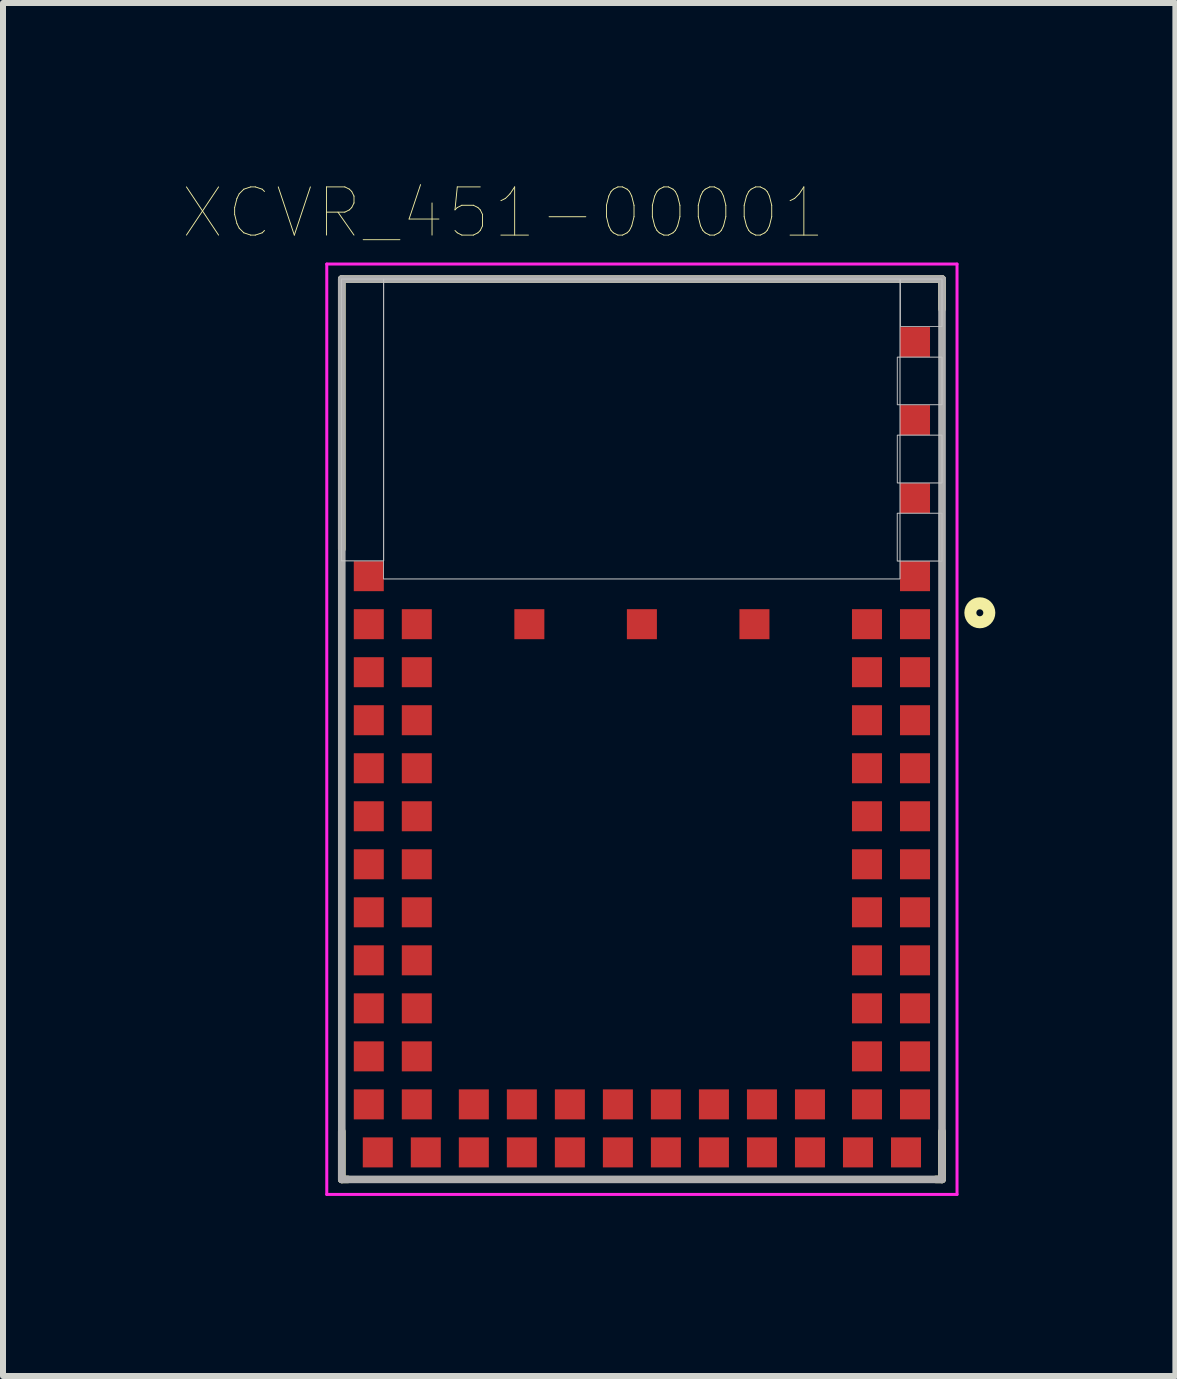
<source format=kicad_pcb>
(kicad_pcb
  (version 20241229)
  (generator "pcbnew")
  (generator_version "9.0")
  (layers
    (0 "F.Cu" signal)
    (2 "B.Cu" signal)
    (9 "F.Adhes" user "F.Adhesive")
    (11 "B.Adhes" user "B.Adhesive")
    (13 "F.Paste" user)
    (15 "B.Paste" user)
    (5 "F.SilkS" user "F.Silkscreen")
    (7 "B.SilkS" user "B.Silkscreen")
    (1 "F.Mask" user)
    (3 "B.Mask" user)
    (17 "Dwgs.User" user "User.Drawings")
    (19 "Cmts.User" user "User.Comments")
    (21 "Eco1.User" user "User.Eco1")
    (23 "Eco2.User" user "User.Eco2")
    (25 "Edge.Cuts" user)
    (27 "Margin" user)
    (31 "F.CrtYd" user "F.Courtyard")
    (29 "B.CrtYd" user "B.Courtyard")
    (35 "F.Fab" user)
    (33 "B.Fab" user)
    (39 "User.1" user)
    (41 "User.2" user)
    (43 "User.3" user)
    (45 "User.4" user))
  (footprint "XCVR_451-00001"
    (layer "F.Cu")
    (at 7.644 9.099)
    (property "Reference" "XCVR_451-00001" (at -2.311 -8.603 0) (layer "F.SilkS") (effects (font (size 0.803 0.803) (thickness 0.015))))
    (attr through_hole)
    (fp_line (start -5 -7.5) (end 5 -7.5) (stroke (width 0.127) (type solid)) (layer "F.SilkS"))
    (fp_line (start -5 -3) (end -5 -7.5) (stroke (width 0.127) (type solid)) (layer "F.SilkS"))
    (fp_line (start -5 7.5) (end -5 6.7) (stroke (width 0.127) (type solid)) (layer "F.SilkS"))
    (fp_line (start -4.9 7.5) (end -5 7.5) (stroke (width 0.127) (type solid)) (layer "F.SilkS"))
    (fp_line (start 4.9 7.5) (end 5 7.5) (stroke (width 0.127) (type solid)) (layer "F.SilkS"))
    (fp_line (start 5 -7.5) (end 5 -7) (stroke (width 0.127) (type solid)) (layer "F.SilkS"))
    (fp_line (start 5 7.5) (end 5 6.7) (stroke (width 0.127) (type solid)) (layer "F.SilkS"))
    (fp_circle (center 5.63 -1.94) (end 5.788 -1.94) (stroke (width 0.2) (type solid)) (fill no) (layer "F.SilkS"))
    (fp_poly (pts (xy -5.008 -7.5) (xy -4.3 -7.5) (xy -4.3 -2.804) (xy -5.008 -2.804)) (stroke (width 0.01) (type solid)) (fill no) (layer "Dwgs.User"))
    (fp_poly (pts (xy -5.007 -7.5) (xy -4.3 -7.5) (xy -4.3 -2.804) (xy -5.007 -2.804)) (stroke (width 0.01) (type solid)) (fill no) (layer "Dwgs.User"))
    (fp_poly (pts (xy -4.306 -7.5) (xy 4.3 -7.5) (xy 4.3 -2.503) (xy -4.306 -2.503)) (stroke (width 0.01) (type solid)) (fill no) (layer "Dwgs.User"))
    (fp_poly (pts (xy -4.305 -7.5) (xy 4.3 -7.5) (xy 4.3 -2.503) (xy -4.305 -2.503)) (stroke (width 0.01) (type solid)) (fill no) (layer "Dwgs.User"))
    (fp_poly (pts (xy 4.251 -3.6) (xy 5 -3.6) (xy 5 -2.8) (xy 4.251 -2.8)) (stroke (width 0.01) (type solid)) (fill no) (layer "Dwgs.User"))
    (fp_poly (pts (xy 4.252 -6.2) (xy 5 -6.2) (xy 5 -5.403) (xy 4.252 -5.403)) (stroke (width 0.01) (type solid)) (fill no) (layer "Dwgs.User"))
    (fp_poly (pts (xy 4.252 -4.9) (xy 5 -4.9) (xy 5 -4.102) (xy 4.252 -4.102)) (stroke (width 0.01) (type solid)) (fill no) (layer "Dwgs.User"))
    (fp_poly (pts (xy 4.255 -4.9) (xy 5 -4.9) (xy 5 -4.104) (xy 4.255 -4.104)) (stroke (width 0.01) (type solid)) (fill no) (layer "Dwgs.User"))
    (fp_poly (pts (xy 4.256 -3.6) (xy 4.95 -3.6) (xy 4.95 -2.804) (xy 4.256 -2.804)) (stroke (width 0.01) (type solid)) (fill no) (layer "Dwgs.User"))
    (fp_poly (pts (xy 4.256 -6.2) (xy 5 -6.2) (xy 5 -5.408) (xy 4.256 -5.408)) (stroke (width 0.01) (type solid)) (fill no) (layer "Dwgs.User"))
    (fp_poly (pts (xy 4.305 -7.5) (xy 5 -7.5) (xy 5 -6.707) (xy 4.305 -6.707)) (stroke (width 0.01) (type solid)) (fill no) (layer "Dwgs.User"))
    (fp_poly (pts (xy 4.308 -7.5) (xy 5 -7.5) (xy 5 -6.712) (xy 4.308 -6.712)) (stroke (width 0.01) (type solid)) (fill no) (layer "Dwgs.User"))
    (fp_line (start -5.25 -7.75) (end 5.25 -7.75) (stroke (width 0.05) (type solid)) (layer "F.CrtYd"))
    (fp_line (start -5.25 7.75) (end -5.25 -7.75) (stroke (width 0.05) (type solid)) (layer "F.CrtYd"))
    (fp_line (start 5.25 -7.75) (end 5.25 7.75) (stroke (width 0.05) (type solid)) (layer "F.CrtYd"))
    (fp_line (start 5.25 7.75) (end -5.25 7.75) (stroke (width 0.05) (type solid)) (layer "F.CrtYd"))
    (fp_line (start -5 -7.5) (end -5 7.5) (stroke (width 0.127) (type solid)) (layer "F.Fab"))
    (fp_line (start -5 7.5) (end 5 7.5) (stroke (width 0.127) (type solid)) (layer "F.Fab"))
    (fp_line (start 5 -7.5) (end -5 -7.5) (stroke (width 0.127) (type solid)) (layer "F.Fab"))
    (fp_line (start 5 7.5) (end 5 -7.5) (stroke (width 0.127) (type solid)) (layer "F.Fab"))
    (pad "0" smd rect (at 4.55 -2.55) (size 0.5 0.5) (layers "F.Cu" "F.Mask" "F.Paste"))
    (pad "1" smd rect (at 4.55 -1.75) (size 0.5 0.5) (layers "F.Cu" "F.Mask" "F.Paste"))
    (pad "2" smd rect (at 3.75 -1.75) (size 0.5 0.5) (layers "F.Cu" "F.Mask" "F.Paste"))
    (pad "3" smd rect (at 4.55 -0.95) (size 0.5 0.5) (layers "F.Cu" "F.Mask" "F.Paste"))
    (pad "4" smd rect (at 3.75 -0.95) (size 0.5 0.5) (layers "F.Cu" "F.Mask" "F.Paste"))
    (pad "5" smd rect (at 4.55 -0.15) (size 0.5 0.5) (layers "F.Cu" "F.Mask" "F.Paste"))
    (pad "6" smd rect (at 3.75 -0.15) (size 0.5 0.5) (layers "F.Cu" "F.Mask" "F.Paste"))
    (pad "7" smd rect (at 4.55 0.65) (size 0.5 0.5) (layers "F.Cu" "F.Mask" "F.Paste"))
    (pad "8" smd rect (at 3.75 0.65) (size 0.5 0.5) (layers "F.Cu" "F.Mask" "F.Paste"))
    (pad "9" smd rect (at 4.55 1.45) (size 0.5 0.5) (layers "F.Cu" "F.Mask" "F.Paste"))
    (pad "10" smd rect (at 3.75 1.45) (size 0.5 0.5) (layers "F.Cu" "F.Mask" "F.Paste"))
    (pad "11" smd rect (at 4.55 2.25) (size 0.5 0.5) (layers "F.Cu" "F.Mask" "F.Paste"))
    (pad "12" smd rect (at 3.75 2.25) (size 0.5 0.5) (layers "F.Cu" "F.Mask" "F.Paste"))
    (pad "13" smd rect (at 4.55 3.05) (size 0.5 0.5) (layers "F.Cu" "F.Mask" "F.Paste"))
    (pad "14" smd rect (at 3.75 3.05) (size 0.5 0.5) (layers "F.Cu" "F.Mask" "F.Paste"))
    (pad "15" smd rect (at 4.55 3.85) (size 0.5 0.5) (layers "F.Cu" "F.Mask" "F.Paste"))
    (pad "16" smd rect (at 3.75 3.85) (size 0.5 0.5) (layers "F.Cu" "F.Mask" "F.Paste"))
    (pad "17" smd rect (at 4.55 4.65) (size 0.5 0.5) (layers "F.Cu" "F.Mask" "F.Paste"))
    (pad "18" smd rect (at 3.75 4.65) (size 0.5 0.5) (layers "F.Cu" "F.Mask" "F.Paste"))
    (pad "19" smd rect (at 4.55 5.45) (size 0.5 0.5) (layers "F.Cu" "F.Mask" "F.Paste"))
    (pad "20" smd rect (at 3.75 5.45) (size 0.5 0.5) (layers "F.Cu" "F.Mask" "F.Paste"))
    (pad "21" smd rect (at 4.55 6.25) (size 0.5 0.5) (layers "F.Cu" "F.Mask" "F.Paste"))
    (pad "22" smd rect (at 3.75 6.25) (size 0.5 0.5) (layers "F.Cu" "F.Mask" "F.Paste"))
    (pad "23" smd rect (at 4.4 7.05) (size 0.5 0.5) (layers "F.Cu" "F.Mask" "F.Paste"))
    (pad "24" smd rect (at 3.6 7.05) (size 0.5 0.5) (layers "F.Cu" "F.Mask" "F.Paste"))
    (pad "25" smd rect (at 2.8 7.05) (size 0.5 0.5) (layers "F.Cu" "F.Mask" "F.Paste"))
    (pad "26" smd rect (at 2.8 6.25) (size 0.5 0.5) (layers "F.Cu" "F.Mask" "F.Paste"))
    (pad "27" smd rect (at 2 7.05) (size 0.5 0.5) (layers "F.Cu" "F.Mask" "F.Paste"))
    (pad "28" smd rect (at 2 6.25) (size 0.5 0.5) (layers "F.Cu" "F.Mask" "F.Paste"))
    (pad "29" smd rect (at 1.2 7.05) (size 0.5 0.5) (layers "F.Cu" "F.Mask" "F.Paste"))
    (pad "30" smd rect (at 1.2 6.25) (size 0.5 0.5) (layers "F.Cu" "F.Mask" "F.Paste"))
    (pad "31" smd rect (at 0.4 7.05) (size 0.5 0.5) (layers "F.Cu" "F.Mask" "F.Paste"))
    (pad "32" smd rect (at 0.4 6.25) (size 0.5 0.5) (layers "F.Cu" "F.Mask" "F.Paste"))
    (pad "33" smd rect (at -0.4 7.05) (size 0.5 0.5) (layers "F.Cu" "F.Mask" "F.Paste"))
    (pad "34" smd rect (at -0.4 6.25) (size 0.5 0.5) (layers "F.Cu" "F.Mask" "F.Paste"))
    (pad "35" smd rect (at -1.2 7.05) (size 0.5 0.5) (layers "F.Cu" "F.Mask" "F.Paste"))
    (pad "36" smd rect (at -1.2 6.25) (size 0.5 0.5) (layers "F.Cu" "F.Mask" "F.Paste"))
    (pad "37" smd rect (at -2 7.05) (size 0.5 0.5) (layers "F.Cu" "F.Mask" "F.Paste"))
    (pad "38" smd rect (at -2 6.25) (size 0.5 0.5) (layers "F.Cu" "F.Mask" "F.Paste"))
    (pad "39" smd rect (at -2.8 7.05) (size 0.5 0.5) (layers "F.Cu" "F.Mask" "F.Paste"))
    (pad "40" smd rect (at -2.8 6.25) (size 0.5 0.5) (layers "F.Cu" "F.Mask" "F.Paste"))
    (pad "41" smd rect (at -3.6 7.05) (size 0.5 0.5) (layers "F.Cu" "F.Mask" "F.Paste"))
    (pad "42" smd rect (at -4.4 7.05) (size 0.5 0.5) (layers "F.Cu" "F.Mask" "F.Paste"))
    (pad "43" smd rect (at -4.55 6.25) (size 0.5 0.5) (layers "F.Cu" "F.Mask" "F.Paste"))
    (pad "44" smd rect (at -3.75 6.25) (size 0.5 0.5) (layers "F.Cu" "F.Mask" "F.Paste"))
    (pad "45" smd rect (at -4.55 5.45) (size 0.5 0.5) (layers "F.Cu" "F.Mask" "F.Paste"))
    (pad "46" smd rect (at -3.75 5.45) (size 0.5 0.5) (layers "F.Cu" "F.Mask" "F.Paste"))
    (pad "47" smd rect (at -4.55 4.65) (size 0.5 0.5) (layers "F.Cu" "F.Mask" "F.Paste"))
    (pad "48" smd rect (at -3.75 4.65) (size 0.5 0.5) (layers "F.Cu" "F.Mask" "F.Paste"))
    (pad "49" smd rect (at -4.55 3.85) (size 0.5 0.5) (layers "F.Cu" "F.Mask" "F.Paste"))
    (pad "50" smd rect (at -3.75 3.85) (size 0.5 0.5) (layers "F.Cu" "F.Mask" "F.Paste"))
    (pad "51" smd rect (at -4.55 3.05) (size 0.5 0.5) (layers "F.Cu" "F.Mask" "F.Paste"))
    (pad "52" smd rect (at -3.75 3.05) (size 0.5 0.5) (layers "F.Cu" "F.Mask" "F.Paste"))
    (pad "53" smd rect (at -4.55 2.25) (size 0.5 0.5) (layers "F.Cu" "F.Mask" "F.Paste"))
    (pad "54" smd rect (at -3.75 2.25) (size 0.5 0.5) (layers "F.Cu" "F.Mask" "F.Paste"))
    (pad "55" smd rect (at -4.55 1.45) (size 0.5 0.5) (layers "F.Cu" "F.Mask" "F.Paste"))
    (pad "56" smd rect (at -3.75 1.45) (size 0.5 0.5) (layers "F.Cu" "F.Mask" "F.Paste"))
    (pad "57" smd rect (at -4.55 0.65) (size 0.5 0.5) (layers "F.Cu" "F.Mask" "F.Paste"))
    (pad "58" smd rect (at -3.75 0.65) (size 0.5 0.5) (layers "F.Cu" "F.Mask" "F.Paste"))
    (pad "59" smd rect (at -4.55 -0.15) (size 0.5 0.5) (layers "F.Cu" "F.Mask" "F.Paste"))
    (pad "60" smd rect (at -3.75 -0.15) (size 0.5 0.5) (layers "F.Cu" "F.Mask" "F.Paste"))
    (pad "61" smd rect (at -4.55 -0.95) (size 0.5 0.5) (layers "F.Cu" "F.Mask" "F.Paste"))
    (pad "62" smd rect (at -3.75 -0.95) (size 0.5 0.5) (layers "F.Cu" "F.Mask" "F.Paste"))
    (pad "63" smd rect (at -4.55 -1.75) (size 0.5 0.5) (layers "F.Cu" "F.Mask" "F.Paste"))
    (pad "64" smd rect (at -3.75 -1.75) (size 0.5 0.5) (layers "F.Cu" "F.Mask" "F.Paste"))
    (pad "65" smd rect (at -4.55 -2.55) (size 0.5 0.5) (layers "F.Cu" "F.Mask" "F.Paste"))
    (pad "66" smd rect (at 4.55 -3.85) (size 0.5 0.5) (layers "F.Cu" "F.Mask" "F.Paste"))
    (pad "67" smd rect (at 4.55 -5.15) (size 0.5 0.5) (layers "F.Cu" "F.Mask" "F.Paste"))
    (pad "68" smd rect (at 4.55 -6.45) (size 0.5 0.5) (layers "F.Cu" "F.Mask" "F.Paste"))
    (pad "69" smd rect (at 1.875 -1.75) (size 0.5 0.5) (layers "F.Cu" "F.Mask" "F.Paste"))
    (pad "70" smd rect (at 0 -1.75) (size 0.5 0.5) (layers "F.Cu" "F.Mask" "F.Paste"))
    (pad "71" smd rect (at -1.875 -1.75) (size 0.5 0.5) (layers "F.Cu" "F.Mask" "F.Paste")))
  (gr_rect
    (start -3 -3)
    (end 16.532 19.874)
    (stroke (width 0.1) (type default))
    (fill no)
    (layer "Edge.Cuts")))
</source>
